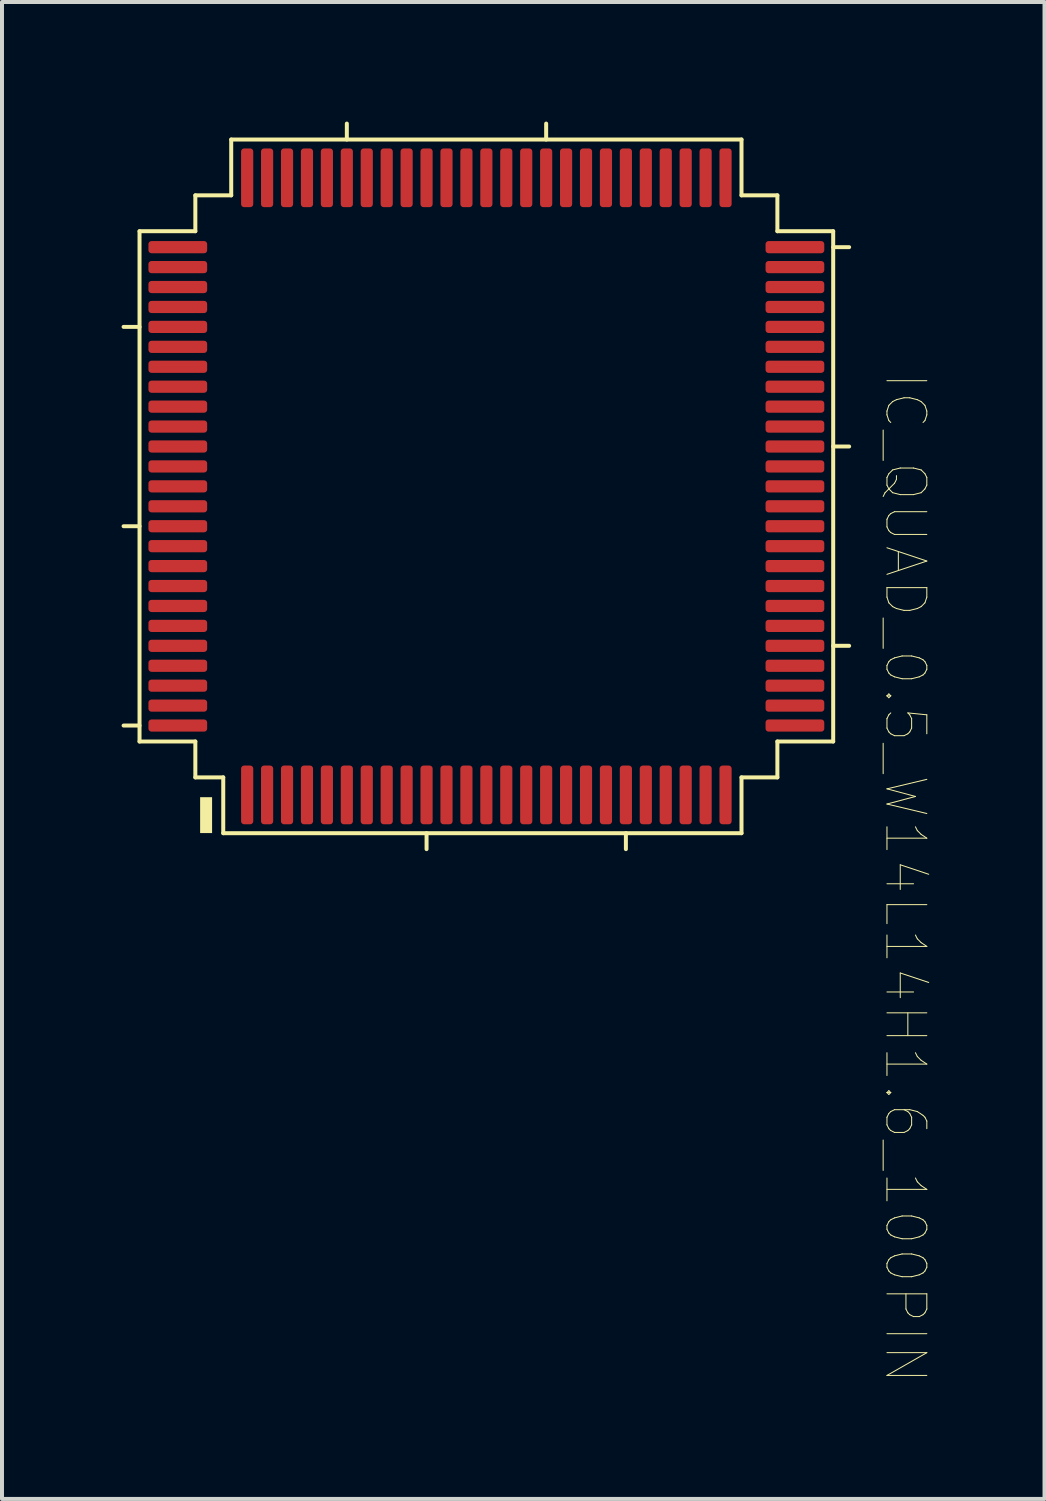
<source format=kicad_pcb>
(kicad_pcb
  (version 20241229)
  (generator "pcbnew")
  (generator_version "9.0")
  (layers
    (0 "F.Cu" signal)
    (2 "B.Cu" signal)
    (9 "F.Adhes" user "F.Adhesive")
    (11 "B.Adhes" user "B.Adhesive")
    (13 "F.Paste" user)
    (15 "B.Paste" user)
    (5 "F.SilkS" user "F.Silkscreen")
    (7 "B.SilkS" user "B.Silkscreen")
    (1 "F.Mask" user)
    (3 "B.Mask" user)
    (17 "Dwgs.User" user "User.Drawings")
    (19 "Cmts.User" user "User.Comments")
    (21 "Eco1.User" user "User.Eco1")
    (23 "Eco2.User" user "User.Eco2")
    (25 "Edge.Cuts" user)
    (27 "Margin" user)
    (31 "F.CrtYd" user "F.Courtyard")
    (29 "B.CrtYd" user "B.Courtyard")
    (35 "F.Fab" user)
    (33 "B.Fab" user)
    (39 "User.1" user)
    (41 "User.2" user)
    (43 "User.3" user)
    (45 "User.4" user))
  (footprint "IC_QUAD_0.5_W14L14H1.6_100PIN"
    (layer "F.Cu")
    (at 9.15 9.15)
    (property "Reference" "IC_QUAD_0.5_W14L14H1.6_100PIN" (at 9.925 -2.905 270) (unlocked yes) (layer "F.SilkS") (effects (font (size 1 1) (thickness 0.025)) (justify left bottom)))
    (fp_line (start -8.7 -4) (end -9.1 -4) (stroke (width 0.1) (type solid)) (layer "F.SilkS"))
    (fp_line (start -8.7 1) (end -9.1 1) (stroke (width 0.1) (type solid)) (layer "F.SilkS"))
    (fp_line (start -8.7 6) (end -9.1 6) (stroke (width 0.1) (type solid)) (layer "F.SilkS"))
    (fp_line (start -8.7 6.4) (end -8.7 -6.4) (stroke (width 0.1) (type solid)) (layer "F.SilkS"))
    (fp_line (start -7.3 -6.4) (end -8.7 -6.4) (stroke (width 0.1) (type solid)) (layer "F.SilkS"))
    (fp_line (start -7.3 -6.4) (end -7.3 -7.3) (stroke (width 0.1) (type solid)) (layer "F.SilkS"))
    (fp_line (start -7.3 6.4) (end -8.7 6.4) (stroke (width 0.1) (type solid)) (layer "F.SilkS"))
    (fp_line (start -7.3 7.3) (end -7.3 6.4) (stroke (width 0.1) (type solid)) (layer "F.SilkS"))
    (fp_line (start -6.6 7.3) (end -7.3 7.3) (stroke (width 0.1) (type solid)) (layer "F.SilkS"))
    (fp_line (start -6.6 8.7) (end -6.6 7.3) (stroke (width 0.1) (type solid)) (layer "F.SilkS"))
    (fp_line (start -6.4 -7.3) (end -7.3 -7.3) (stroke (width 0.1) (type solid)) (layer "F.SilkS"))
    (fp_line (start -6.4 -7.3) (end -6.4 -8.7) (stroke (width 0.1) (type solid)) (layer "F.SilkS"))
    (fp_line (start -3.5 -8.7) (end -3.5 -9.1) (stroke (width 0.1) (type solid)) (layer "F.SilkS"))
    (fp_line (start -1.5 9.1) (end -1.5 8.7) (stroke (width 0.1) (type solid)) (layer "F.SilkS"))
    (fp_line (start 1.5 -8.7) (end 1.5 -9.1) (stroke (width 0.1) (type solid)) (layer "F.SilkS"))
    (fp_line (start 3.5 9.1) (end 3.5 8.7) (stroke (width 0.1) (type solid)) (layer "F.SilkS"))
    (fp_line (start 6.4 -8.7) (end -6.4 -8.7) (stroke (width 0.1) (type solid)) (layer "F.SilkS"))
    (fp_line (start 6.4 -7.3) (end 6.4 -8.7) (stroke (width 0.1) (type solid)) (layer "F.SilkS"))
    (fp_line (start 6.4 8.7) (end -6.6 8.7) (stroke (width 0.1) (type solid)) (layer "F.SilkS"))
    (fp_line (start 6.4 8.7) (end 6.4 7.3) (stroke (width 0.1) (type solid)) (layer "F.SilkS"))
    (fp_line (start 7.3 -7.3) (end 6.4 -7.3) (stroke (width 0.1) (type solid)) (layer "F.SilkS"))
    (fp_line (start 7.3 -6.4) (end 7.3 -7.3) (stroke (width 0.1) (type solid)) (layer "F.SilkS"))
    (fp_line (start 7.3 7.3) (end 6.4 7.3) (stroke (width 0.1) (type solid)) (layer "F.SilkS"))
    (fp_line (start 7.3 7.3) (end 7.3 6.4) (stroke (width 0.1) (type solid)) (layer "F.SilkS"))
    (fp_line (start 8.7 -6.4) (end 7.3 -6.4) (stroke (width 0.1) (type solid)) (layer "F.SilkS"))
    (fp_line (start 8.7 6.4) (end 7.3 6.4) (stroke (width 0.1) (type solid)) (layer "F.SilkS"))
    (fp_line (start 8.7 6.4) (end 8.7 -6.4) (stroke (width 0.1) (type solid)) (layer "F.SilkS"))
    (fp_line (start 9.1 -6) (end 8.7 -6) (stroke (width 0.1) (type solid)) (layer "F.SilkS"))
    (fp_line (start 9.1 -1) (end 8.7 -1) (stroke (width 0.1) (type solid)) (layer "F.SilkS"))
    (fp_line (start 9.1 4) (end 8.7 4) (stroke (width 0.1) (type solid)) (layer "F.SilkS"))
    (fp_poly (pts (xy -7.18 7.797) (xy -6.88 7.797) (xy -6.88 8.697) (xy -7.18 8.697)) (stroke (width 0) (type default)) (fill yes) (layer "F.SilkS"))
    (pad "1" smd roundrect (at -6 7.74 270) (size 1.473 0.305) (layers "F.Cu" "F.Mask" "F.Paste") (roundrect_rratio 0.25))
    (pad "2" smd roundrect (at -5.5 7.74 270) (size 1.473 0.305) (layers "F.Cu" "F.Mask" "F.Paste") (roundrect_rratio 0.25))
    (pad "3" smd roundrect (at -5 7.74 270) (size 1.473 0.305) (layers "F.Cu" "F.Mask" "F.Paste") (roundrect_rratio 0.25))
    (pad "4" smd roundrect (at -4.5 7.74 270) (size 1.473 0.305) (layers "F.Cu" "F.Mask" "F.Paste") (roundrect_rratio 0.25))
    (pad "5" smd roundrect (at -4 7.74 270) (size 1.473 0.305) (layers "F.Cu" "F.Mask" "F.Paste") (roundrect_rratio 0.25))
    (pad "6" smd roundrect (at -3.5 7.74 270) (size 1.473 0.305) (layers "F.Cu" "F.Mask" "F.Paste") (roundrect_rratio 0.25))
    (pad "7" smd roundrect (at -3 7.74 270) (size 1.473 0.305) (layers "F.Cu" "F.Mask" "F.Paste") (roundrect_rratio 0.25))
    (pad "8" smd roundrect (at -2.5 7.74 270) (size 1.473 0.305) (layers "F.Cu" "F.Mask" "F.Paste") (roundrect_rratio 0.25))
    (pad "9" smd roundrect (at -2 7.74 270) (size 1.473 0.305) (layers "F.Cu" "F.Mask" "F.Paste") (roundrect_rratio 0.25))
    (pad "10" smd roundrect (at -1.5 7.74 270) (size 1.473 0.305) (layers "F.Cu" "F.Mask" "F.Paste") (roundrect_rratio 0.25))
    (pad "11" smd roundrect (at -1 7.74 270) (size 1.473 0.305) (layers "F.Cu" "F.Mask" "F.Paste") (roundrect_rratio 0.25))
    (pad "12" smd roundrect (at -0.5 7.74 270) (size 1.473 0.305) (layers "F.Cu" "F.Mask" "F.Paste") (roundrect_rratio 0.25))
    (pad "13" smd roundrect (at 0 7.74 270) (size 1.473 0.305) (layers "F.Cu" "F.Mask" "F.Paste") (roundrect_rratio 0.25))
    (pad "14" smd roundrect (at 0.5 7.74 270) (size 1.473 0.305) (layers "F.Cu" "F.Mask" "F.Paste") (roundrect_rratio 0.25))
    (pad "15" smd roundrect (at 1 7.74 270) (size 1.473 0.305) (layers "F.Cu" "F.Mask" "F.Paste") (roundrect_rratio 0.25))
    (pad "16" smd roundrect (at 1.5 7.74 270) (size 1.473 0.305) (layers "F.Cu" "F.Mask" "F.Paste") (roundrect_rratio 0.25))
    (pad "17" smd roundrect (at 2 7.74 270) (size 1.473 0.305) (layers "F.Cu" "F.Mask" "F.Paste") (roundrect_rratio 0.25))
    (pad "18" smd roundrect (at 2.5 7.74 270) (size 1.473 0.305) (layers "F.Cu" "F.Mask" "F.Paste") (roundrect_rratio 0.25))
    (pad "19" smd roundrect (at 3 7.74 270) (size 1.473 0.305) (layers "F.Cu" "F.Mask" "F.Paste") (roundrect_rratio 0.25))
    (pad "20" smd roundrect (at 3.5 7.74 270) (size 1.473 0.305) (layers "F.Cu" "F.Mask" "F.Paste") (roundrect_rratio 0.25))
    (pad "21" smd roundrect (at 4 7.74 270) (size 1.473 0.305) (layers "F.Cu" "F.Mask" "F.Paste") (roundrect_rratio 0.25))
    (pad "22" smd roundrect (at 4.5 7.74 270) (size 1.473 0.305) (layers "F.Cu" "F.Mask" "F.Paste") (roundrect_rratio 0.25))
    (pad "23" smd roundrect (at 5 7.74 270) (size 1.473 0.305) (layers "F.Cu" "F.Mask" "F.Paste") (roundrect_rratio 0.25))
    (pad "24" smd roundrect (at 5.5 7.74 270) (size 1.473 0.305) (layers "F.Cu" "F.Mask" "F.Paste") (roundrect_rratio 0.25))
    (pad "25" smd roundrect (at 6 7.74 270) (size 1.473 0.305) (layers "F.Cu" "F.Mask" "F.Paste") (roundrect_rratio 0.25))
    (pad "26" smd roundrect (at 7.74 6 180) (size 1.473 0.305) (layers "F.Cu" "F.Mask" "F.Paste") (roundrect_rratio 0.25))
    (pad "27" smd roundrect (at 7.74 5.5 180) (size 1.473 0.305) (layers "F.Cu" "F.Mask" "F.Paste") (roundrect_rratio 0.25))
    (pad "28" smd roundrect (at 7.74 5 180) (size 1.473 0.305) (layers "F.Cu" "F.Mask" "F.Paste") (roundrect_rratio 0.25))
    (pad "29" smd roundrect (at 7.74 4.5 180) (size 1.473 0.305) (layers "F.Cu" "F.Mask" "F.Paste") (roundrect_rratio 0.25))
    (pad "30" smd roundrect (at 7.74 4 180) (size 1.473 0.305) (layers "F.Cu" "F.Mask" "F.Paste") (roundrect_rratio 0.25))
    (pad "31" smd roundrect (at 7.74 3.5 180) (size 1.473 0.305) (layers "F.Cu" "F.Mask" "F.Paste") (roundrect_rratio 0.25))
    (pad "32" smd roundrect (at 7.74 3 180) (size 1.473 0.305) (layers "F.Cu" "F.Mask" "F.Paste") (roundrect_rratio 0.25))
    (pad "33" smd roundrect (at 7.74 2.5 180) (size 1.473 0.305) (layers "F.Cu" "F.Mask" "F.Paste") (roundrect_rratio 0.25))
    (pad "34" smd roundrect (at 7.74 2 180) (size 1.473 0.305) (layers "F.Cu" "F.Mask" "F.Paste") (roundrect_rratio 0.25))
    (pad "35" smd roundrect (at 7.74 1.5 180) (size 1.473 0.305) (layers "F.Cu" "F.Mask" "F.Paste") (roundrect_rratio 0.25))
    (pad "36" smd roundrect (at 7.74 1 180) (size 1.473 0.305) (layers "F.Cu" "F.Mask" "F.Paste") (roundrect_rratio 0.25))
    (pad "37" smd roundrect (at 7.74 0.5 180) (size 1.473 0.305) (layers "F.Cu" "F.Mask" "F.Paste") (roundrect_rratio 0.25))
    (pad "38" smd roundrect (at 7.74 0 180) (size 1.473 0.305) (layers "F.Cu" "F.Mask" "F.Paste") (roundrect_rratio 0.25))
    (pad "39" smd roundrect (at 7.74 -0.5 180) (size 1.473 0.305) (layers "F.Cu" "F.Mask" "F.Paste") (roundrect_rratio 0.25))
    (pad "40" smd roundrect (at 7.74 -1 180) (size 1.473 0.305) (layers "F.Cu" "F.Mask" "F.Paste") (roundrect_rratio 0.25))
    (pad "41" smd roundrect (at 7.74 -1.5 180) (size 1.473 0.305) (layers "F.Cu" "F.Mask" "F.Paste") (roundrect_rratio 0.25))
    (pad "42" smd roundrect (at 7.74 -2 180) (size 1.473 0.305) (layers "F.Cu" "F.Mask" "F.Paste") (roundrect_rratio 0.25))
    (pad "43" smd roundrect (at 7.74 -2.5 180) (size 1.473 0.305) (layers "F.Cu" "F.Mask" "F.Paste") (roundrect_rratio 0.25))
    (pad "44" smd roundrect (at 7.74 -3 180) (size 1.473 0.305) (layers "F.Cu" "F.Mask" "F.Paste") (roundrect_rratio 0.25))
    (pad "45" smd roundrect (at 7.74 -3.5 180) (size 1.473 0.305) (layers "F.Cu" "F.Mask" "F.Paste") (roundrect_rratio 0.25))
    (pad "46" smd roundrect (at 7.74 -4 180) (size 1.473 0.305) (layers "F.Cu" "F.Mask" "F.Paste") (roundrect_rratio 0.25))
    (pad "47" smd roundrect (at 7.74 -4.5 180) (size 1.473 0.305) (layers "F.Cu" "F.Mask" "F.Paste") (roundrect_rratio 0.25))
    (pad "48" smd roundrect (at 7.74 -5 180) (size 1.473 0.305) (layers "F.Cu" "F.Mask" "F.Paste") (roundrect_rratio 0.25))
    (pad "49" smd roundrect (at 7.74 -5.5 180) (size 1.473 0.305) (layers "F.Cu" "F.Mask" "F.Paste") (roundrect_rratio 0.25))
    (pad "50" smd roundrect (at 7.74 -6 180) (size 1.473 0.305) (layers "F.Cu" "F.Mask" "F.Paste") (roundrect_rratio 0.25))
    (pad "51" smd roundrect (at 6 -7.74 270) (size 1.473 0.305) (layers "F.Cu" "F.Mask" "F.Paste") (roundrect_rratio 0.25))
    (pad "52" smd roundrect (at 5.5 -7.74 270) (size 1.473 0.305) (layers "F.Cu" "F.Mask" "F.Paste") (roundrect_rratio 0.25))
    (pad "53" smd roundrect (at 5 -7.74 270) (size 1.473 0.305) (layers "F.Cu" "F.Mask" "F.Paste") (roundrect_rratio 0.25))
    (pad "54" smd roundrect (at 4.5 -7.74 270) (size 1.473 0.305) (layers "F.Cu" "F.Mask" "F.Paste") (roundrect_rratio 0.25))
    (pad "55" smd roundrect (at 4 -7.74 270) (size 1.473 0.305) (layers "F.Cu" "F.Mask" "F.Paste") (roundrect_rratio 0.25))
    (pad "56" smd roundrect (at 3.5 -7.74 270) (size 1.473 0.305) (layers "F.Cu" "F.Mask" "F.Paste") (roundrect_rratio 0.25))
    (pad "57" smd roundrect (at 3 -7.74 270) (size 1.473 0.305) (layers "F.Cu" "F.Mask" "F.Paste") (roundrect_rratio 0.25))
    (pad "58" smd roundrect (at 2.5 -7.74 270) (size 1.473 0.305) (layers "F.Cu" "F.Mask" "F.Paste") (roundrect_rratio 0.25))
    (pad "59" smd roundrect (at 2 -7.74 270) (size 1.473 0.305) (layers "F.Cu" "F.Mask" "F.Paste") (roundrect_rratio 0.25))
    (pad "60" smd roundrect (at 1.5 -7.74 270) (size 1.473 0.305) (layers "F.Cu" "F.Mask" "F.Paste") (roundrect_rratio 0.25))
    (pad "61" smd roundrect (at 1 -7.74 270) (size 1.473 0.305) (layers "F.Cu" "F.Mask" "F.Paste") (roundrect_rratio 0.25))
    (pad "62" smd roundrect (at 0.5 -7.74 270) (size 1.473 0.305) (layers "F.Cu" "F.Mask" "F.Paste") (roundrect_rratio 0.25))
    (pad "63" smd roundrect (at 0 -7.74 270) (size 1.473 0.305) (layers "F.Cu" "F.Mask" "F.Paste") (roundrect_rratio 0.25))
    (pad "64" smd roundrect (at -0.5 -7.74 270) (size 1.473 0.305) (layers "F.Cu" "F.Mask" "F.Paste") (roundrect_rratio 0.25))
    (pad "65" smd roundrect (at -1 -7.74 270) (size 1.473 0.305) (layers "F.Cu" "F.Mask" "F.Paste") (roundrect_rratio 0.25))
    (pad "66" smd roundrect (at -1.5 -7.74 270) (size 1.473 0.305) (layers "F.Cu" "F.Mask" "F.Paste") (roundrect_rratio 0.25))
    (pad "67" smd roundrect (at -2 -7.74 270) (size 1.473 0.305) (layers "F.Cu" "F.Mask" "F.Paste") (roundrect_rratio 0.25))
    (pad "68" smd roundrect (at -2.5 -7.74 270) (size 1.473 0.305) (layers "F.Cu" "F.Mask" "F.Paste") (roundrect_rratio 0.25))
    (pad "69" smd roundrect (at -3 -7.74 270) (size 1.473 0.305) (layers "F.Cu" "F.Mask" "F.Paste") (roundrect_rratio 0.25))
    (pad "70" smd roundrect (at -3.5 -7.74 270) (size 1.473 0.305) (layers "F.Cu" "F.Mask" "F.Paste") (roundrect_rratio 0.25))
    (pad "71" smd roundrect (at -4 -7.74 270) (size 1.473 0.305) (layers "F.Cu" "F.Mask" "F.Paste") (roundrect_rratio 0.25))
    (pad "72" smd roundrect (at -4.5 -7.74 270) (size 1.473 0.305) (layers "F.Cu" "F.Mask" "F.Paste") (roundrect_rratio 0.25))
    (pad "73" smd roundrect (at -5 -7.74 270) (size 1.473 0.305) (layers "F.Cu" "F.Mask" "F.Paste") (roundrect_rratio 0.25))
    (pad "74" smd roundrect (at -5.5 -7.74 270) (size 1.473 0.305) (layers "F.Cu" "F.Mask" "F.Paste") (roundrect_rratio 0.25))
    (pad "75" smd roundrect (at -6 -7.74 270) (size 1.473 0.305) (layers "F.Cu" "F.Mask" "F.Paste") (roundrect_rratio 0.25))
    (pad "76" smd roundrect (at -7.74 -6 180) (size 1.473 0.305) (layers "F.Cu" "F.Mask" "F.Paste") (roundrect_rratio 0.25))
    (pad "77" smd roundrect (at -7.74 -5.5 180) (size 1.473 0.305) (layers "F.Cu" "F.Mask" "F.Paste") (roundrect_rratio 0.25))
    (pad "78" smd roundrect (at -7.74 -5 180) (size 1.473 0.305) (layers "F.Cu" "F.Mask" "F.Paste") (roundrect_rratio 0.25))
    (pad "79" smd roundrect (at -7.74 -4.5 180) (size 1.473 0.305) (layers "F.Cu" "F.Mask" "F.Paste") (roundrect_rratio 0.25))
    (pad "80" smd roundrect (at -7.74 -4 180) (size 1.473 0.305) (layers "F.Cu" "F.Mask" "F.Paste") (roundrect_rratio 0.25))
    (pad "81" smd roundrect (at -7.74 -3.5 180) (size 1.473 0.305) (layers "F.Cu" "F.Mask" "F.Paste") (roundrect_rratio 0.25))
    (pad "82" smd roundrect (at -7.74 -3 180) (size 1.473 0.305) (layers "F.Cu" "F.Mask" "F.Paste") (roundrect_rratio 0.25))
    (pad "83" smd roundrect (at -7.74 -2.5 180) (size 1.473 0.305) (layers "F.Cu" "F.Mask" "F.Paste") (roundrect_rratio 0.25))
    (pad "84" smd roundrect (at -7.74 -2 180) (size 1.473 0.305) (layers "F.Cu" "F.Mask" "F.Paste") (roundrect_rratio 0.25))
    (pad "85" smd roundrect (at -7.74 -1.5 180) (size 1.473 0.305) (layers "F.Cu" "F.Mask" "F.Paste") (roundrect_rratio 0.25))
    (pad "86" smd roundrect (at -7.74 -1 180) (size 1.473 0.305) (layers "F.Cu" "F.Mask" "F.Paste") (roundrect_rratio 0.25))
    (pad "87" smd roundrect (at -7.74 -0.5 180) (size 1.473 0.305) (layers "F.Cu" "F.Mask" "F.Paste") (roundrect_rratio 0.25))
    (pad "88" smd roundrect (at -7.74 0 180) (size 1.473 0.305) (layers "F.Cu" "F.Mask" "F.Paste") (roundrect_rratio 0.25))
    (pad "89" smd roundrect (at -7.74 0.5 180) (size 1.473 0.305) (layers "F.Cu" "F.Mask" "F.Paste") (roundrect_rratio 0.25))
    (pad "90" smd roundrect (at -7.74 1 180) (size 1.473 0.305) (layers "F.Cu" "F.Mask" "F.Paste") (roundrect_rratio 0.25))
    (pad "91" smd roundrect (at -7.74 1.5 180) (size 1.473 0.305) (layers "F.Cu" "F.Mask" "F.Paste") (roundrect_rratio 0.25))
    (pad "92" smd roundrect (at -7.74 2 180) (size 1.473 0.305) (layers "F.Cu" "F.Mask" "F.Paste") (roundrect_rratio 0.25))
    (pad "93" smd roundrect (at -7.74 2.5 180) (size 1.473 0.305) (layers "F.Cu" "F.Mask" "F.Paste") (roundrect_rratio 0.25))
    (pad "94" smd roundrect (at -7.74 3 180) (size 1.473 0.305) (layers "F.Cu" "F.Mask" "F.Paste") (roundrect_rratio 0.25))
    (pad "95" smd roundrect (at -7.74 3.5 180) (size 1.473 0.305) (layers "F.Cu" "F.Mask" "F.Paste") (roundrect_rratio 0.25))
    (pad "96" smd roundrect (at -7.74 4 180) (size 1.473 0.305) (layers "F.Cu" "F.Mask" "F.Paste") (roundrect_rratio 0.25))
    (pad "97" smd roundrect (at -7.74 4.5 180) (size 1.473 0.305) (layers "F.Cu" "F.Mask" "F.Paste") (roundrect_rratio 0.25))
    (pad "98" smd roundrect (at -7.74 5 180) (size 1.473 0.305) (layers "F.Cu" "F.Mask" "F.Paste") (roundrect_rratio 0.25))
    (pad "99" smd roundrect (at -7.74 5.5 180) (size 1.473 0.305) (layers "F.Cu" "F.Mask" "F.Paste") (roundrect_rratio 0.25))
    (pad "100" smd roundrect (at -7.74 6 180) (size 1.473 0.305) (layers "F.Cu" "F.Mask" "F.Paste") (roundrect_rratio 0.25)))
  (gr_rect
    (start -3 -3)
    (end 23.151 34.55)
    (stroke (width 0.1) (type default))
    (fill no)
    (layer "Edge.Cuts")))
</source>
